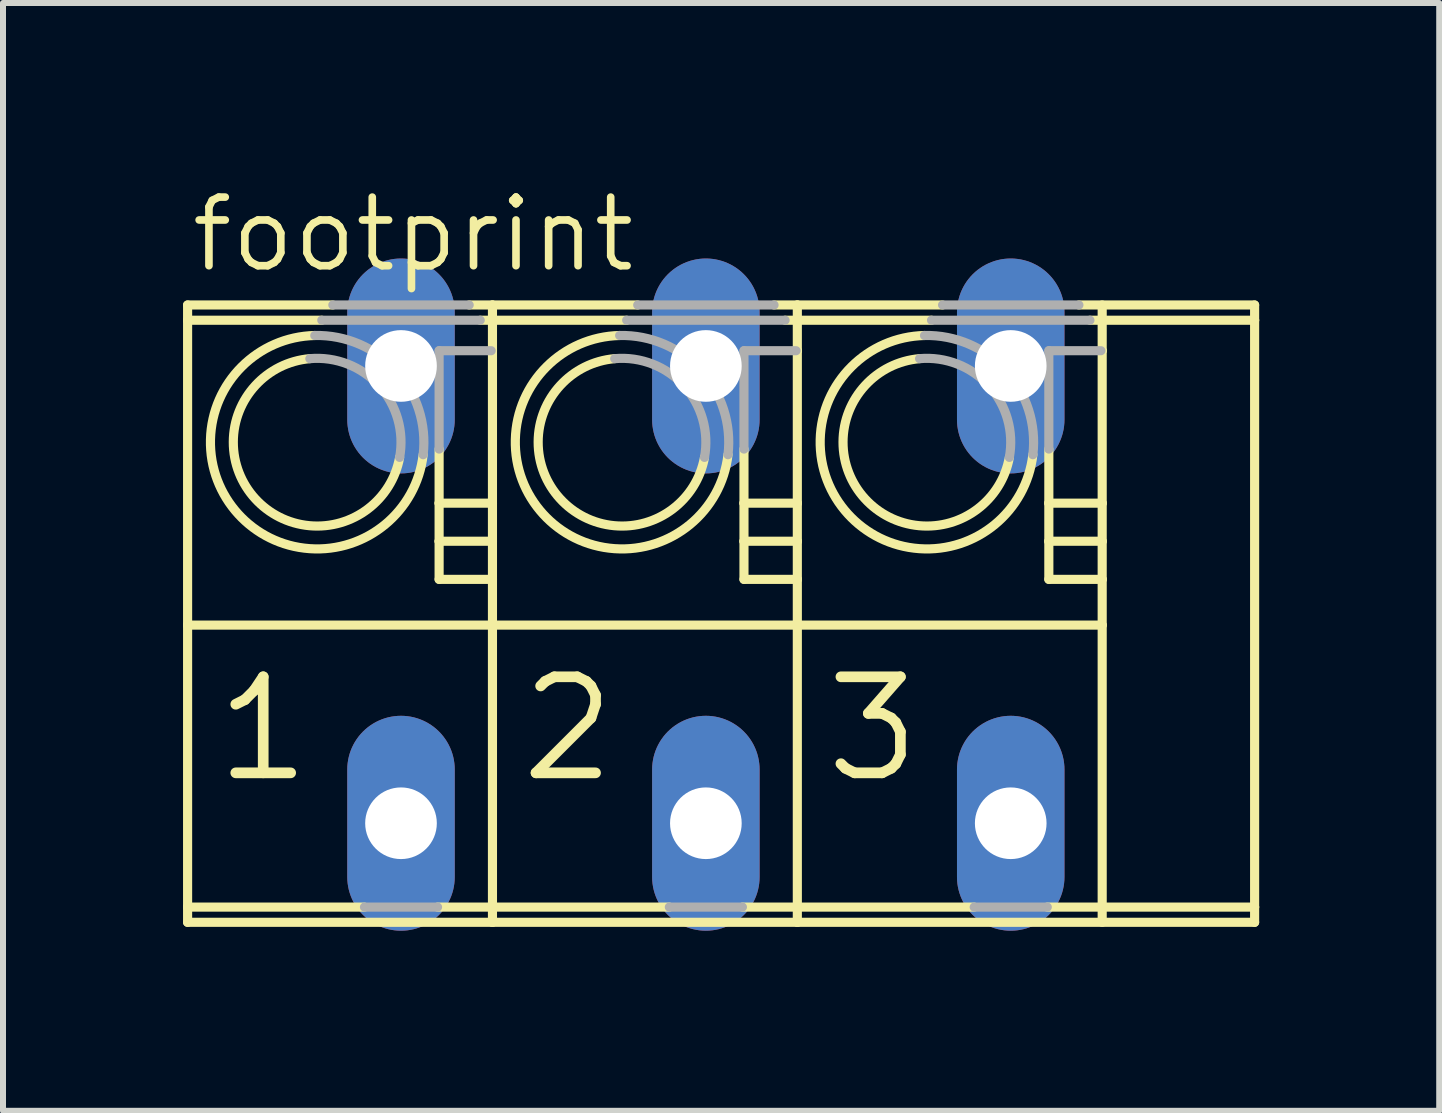
<source format=kicad_pcb>
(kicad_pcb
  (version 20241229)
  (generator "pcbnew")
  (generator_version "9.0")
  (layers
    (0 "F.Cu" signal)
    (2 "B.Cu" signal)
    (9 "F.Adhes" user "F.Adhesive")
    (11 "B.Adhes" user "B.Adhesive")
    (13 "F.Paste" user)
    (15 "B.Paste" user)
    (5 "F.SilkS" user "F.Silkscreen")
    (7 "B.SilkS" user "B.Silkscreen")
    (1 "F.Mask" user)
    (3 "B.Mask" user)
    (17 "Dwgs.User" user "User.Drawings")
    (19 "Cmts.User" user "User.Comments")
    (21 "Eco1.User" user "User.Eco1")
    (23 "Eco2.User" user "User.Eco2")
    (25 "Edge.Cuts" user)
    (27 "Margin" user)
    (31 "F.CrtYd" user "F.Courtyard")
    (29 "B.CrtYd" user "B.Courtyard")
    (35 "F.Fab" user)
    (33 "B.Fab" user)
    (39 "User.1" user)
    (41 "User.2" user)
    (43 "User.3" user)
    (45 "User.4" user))
  (footprint "footprint"
    (layer "F.Cu")
    (at 8.712 6.858)
    (property "Reference" "footprint" (at -8.636 -5.334 0) (layer "F.SilkS") (effects (font (size 1.143 1.143) (thickness 0.127)) (justify left bottom)))
    (fp_line (start -8.636 -4.572) (end -8.636 -4.826) (stroke (width 0.152) (type solid)) (layer "F.SilkS"))
    (fp_line (start -8.636 -4.572) (end -6.4 -4.572) (stroke (width 0.152) (type solid)) (layer "F.SilkS"))
    (fp_line (start -8.636 0.508) (end -8.636 -4.572) (stroke (width 0.152) (type solid)) (layer "F.SilkS"))
    (fp_line (start -8.636 0.508) (end -3.556 0.508) (stroke (width 0.152) (type solid)) (layer "F.SilkS"))
    (fp_line (start -8.636 5.207) (end -8.636 0.508) (stroke (width 0.152) (type solid)) (layer "F.SilkS"))
    (fp_line (start -8.636 5.207) (end -5.689 5.207) (stroke (width 0.152) (type solid)) (layer "F.SilkS"))
    (fp_line (start -8.636 5.461) (end -8.636 5.207) (stroke (width 0.152) (type solid)) (layer "F.SilkS"))
    (fp_line (start -6.216 -4.826) (end -8.636 -4.826) (stroke (width 0.152) (type solid)) (layer "F.SilkS"))
    (fp_line (start -4.471 5.207) (end -3.556 5.207) (stroke (width 0.152) (type solid)) (layer "F.SilkS"))
    (fp_line (start -4.445 -1.524) (end -4.445 -2.425) (stroke (width 0.152) (type solid)) (layer "F.SilkS"))
    (fp_line (start -4.445 -0.889) (end -4.445 -1.524) (stroke (width 0.152) (type solid)) (layer "F.SilkS"))
    (fp_line (start -4.445 -0.254) (end -4.445 -0.889) (stroke (width 0.152) (type solid)) (layer "F.SilkS"))
    (fp_line (start -3.76 -4.572) (end -3.556 -4.572) (stroke (width 0.152) (type solid)) (layer "F.SilkS"))
    (fp_line (start -3.577 -4.064) (end -3.556 -4.064) (stroke (width 0.152) (type solid)) (layer "F.SilkS"))
    (fp_line (start -3.556 -4.826) (end -3.944 -4.826) (stroke (width 0.152) (type solid)) (layer "F.SilkS"))
    (fp_line (start -3.556 -4.572) (end -3.556 -4.826) (stroke (width 0.152) (type solid)) (layer "F.SilkS"))
    (fp_line (start -3.556 -4.572) (end -1.32 -4.572) (stroke (width 0.152) (type solid)) (layer "F.SilkS"))
    (fp_line (start -3.556 -4.064) (end -3.556 -4.572) (stroke (width 0.152) (type solid)) (layer "F.SilkS"))
    (fp_line (start -3.556 -1.524) (end -4.445 -1.524) (stroke (width 0.152) (type solid)) (layer "F.SilkS"))
    (fp_line (start -3.556 -1.524) (end -3.556 -4.064) (stroke (width 0.152) (type solid)) (layer "F.SilkS"))
    (fp_line (start -3.556 -0.889) (end -4.445 -0.889) (stroke (width 0.152) (type solid)) (layer "F.SilkS"))
    (fp_line (start -3.556 -0.889) (end -3.556 -1.524) (stroke (width 0.152) (type solid)) (layer "F.SilkS"))
    (fp_line (start -3.556 -0.254) (end -4.445 -0.254) (stroke (width 0.152) (type solid)) (layer "F.SilkS"))
    (fp_line (start -3.556 -0.254) (end -3.556 -0.889) (stroke (width 0.152) (type solid)) (layer "F.SilkS"))
    (fp_line (start -3.556 0.508) (end -3.556 -0.254) (stroke (width 0.152) (type solid)) (layer "F.SilkS"))
    (fp_line (start -3.556 0.508) (end 1.524 0.508) (stroke (width 0.152) (type solid)) (layer "F.SilkS"))
    (fp_line (start -3.556 5.207) (end -3.556 0.508) (stroke (width 0.152) (type solid)) (layer "F.SilkS"))
    (fp_line (start -3.556 5.207) (end -0.609 5.207) (stroke (width 0.152) (type solid)) (layer "F.SilkS"))
    (fp_line (start -3.556 5.461) (end -8.636 5.461) (stroke (width 0.152) (type solid)) (layer "F.SilkS"))
    (fp_line (start -3.556 5.461) (end -3.556 5.207) (stroke (width 0.152) (type solid)) (layer "F.SilkS"))
    (fp_line (start -1.136 -4.826) (end -3.556 -4.826) (stroke (width 0.152) (type solid)) (layer "F.SilkS"))
    (fp_line (start 0.609 5.207) (end 1.524 5.207) (stroke (width 0.152) (type solid)) (layer "F.SilkS"))
    (fp_line (start 0.635 -1.524) (end 0.635 -2.425) (stroke (width 0.152) (type solid)) (layer "F.SilkS"))
    (fp_line (start 0.635 -0.889) (end 0.635 -1.524) (stroke (width 0.152) (type solid)) (layer "F.SilkS"))
    (fp_line (start 0.635 -0.254) (end 0.635 -0.889) (stroke (width 0.152) (type solid)) (layer "F.SilkS"))
    (fp_line (start 1.32 -4.572) (end 1.524 -4.572) (stroke (width 0.152) (type solid)) (layer "F.SilkS"))
    (fp_line (start 1.503 -4.064) (end 1.524 -4.064) (stroke (width 0.152) (type solid)) (layer "F.SilkS"))
    (fp_line (start 1.524 -4.826) (end 1.136 -4.826) (stroke (width 0.152) (type solid)) (layer "F.SilkS"))
    (fp_line (start 1.524 -4.572) (end 1.524 -4.826) (stroke (width 0.152) (type solid)) (layer "F.SilkS"))
    (fp_line (start 1.524 -4.572) (end 3.76 -4.572) (stroke (width 0.152) (type solid)) (layer "F.SilkS"))
    (fp_line (start 1.524 -4.064) (end 1.524 -4.572) (stroke (width 0.152) (type solid)) (layer "F.SilkS"))
    (fp_line (start 1.524 -1.524) (end 0.635 -1.524) (stroke (width 0.152) (type solid)) (layer "F.SilkS"))
    (fp_line (start 1.524 -1.524) (end 1.524 -4.064) (stroke (width 0.152) (type solid)) (layer "F.SilkS"))
    (fp_line (start 1.524 -0.889) (end 0.635 -0.889) (stroke (width 0.152) (type solid)) (layer "F.SilkS"))
    (fp_line (start 1.524 -0.889) (end 1.524 -1.524) (stroke (width 0.152) (type solid)) (layer "F.SilkS"))
    (fp_line (start 1.524 -0.254) (end 0.635 -0.254) (stroke (width 0.152) (type solid)) (layer "F.SilkS"))
    (fp_line (start 1.524 -0.254) (end 1.524 -0.889) (stroke (width 0.152) (type solid)) (layer "F.SilkS"))
    (fp_line (start 1.524 0.508) (end 1.524 -0.254) (stroke (width 0.152) (type solid)) (layer "F.SilkS"))
    (fp_line (start 1.524 0.508) (end 6.604 0.508) (stroke (width 0.152) (type solid)) (layer "F.SilkS"))
    (fp_line (start 1.524 5.207) (end 1.524 0.508) (stroke (width 0.152) (type solid)) (layer "F.SilkS"))
    (fp_line (start 1.524 5.207) (end 4.471 5.207) (stroke (width 0.152) (type solid)) (layer "F.SilkS"))
    (fp_line (start 1.524 5.461) (end -3.556 5.461) (stroke (width 0.152) (type solid)) (layer "F.SilkS"))
    (fp_line (start 1.524 5.461) (end 1.524 5.207) (stroke (width 0.152) (type solid)) (layer "F.SilkS"))
    (fp_line (start 3.944 -4.826) (end 1.524 -4.826) (stroke (width 0.152) (type solid)) (layer "F.SilkS"))
    (fp_line (start 5.715 -1.524) (end 5.715 -2.425) (stroke (width 0.152) (type solid)) (layer "F.SilkS"))
    (fp_line (start 5.715 -0.889) (end 5.715 -1.524) (stroke (width 0.152) (type solid)) (layer "F.SilkS"))
    (fp_line (start 5.715 -0.254) (end 5.715 -0.889) (stroke (width 0.152) (type solid)) (layer "F.SilkS"))
    (fp_line (start 6.583 -4.064) (end 6.604 -4.064) (stroke (width 0.152) (type solid)) (layer "F.SilkS"))
    (fp_line (start 6.604 -4.064) (end 6.604 -4.826) (stroke (width 0.152) (type solid)) (layer "F.SilkS"))
    (fp_line (start 6.604 -1.524) (end 5.715 -1.524) (stroke (width 0.152) (type solid)) (layer "F.SilkS"))
    (fp_line (start 6.604 -1.524) (end 6.604 -4.064) (stroke (width 0.152) (type solid)) (layer "F.SilkS"))
    (fp_line (start 6.604 -0.889) (end 5.715 -0.889) (stroke (width 0.152) (type solid)) (layer "F.SilkS"))
    (fp_line (start 6.604 -0.889) (end 6.604 -1.524) (stroke (width 0.152) (type solid)) (layer "F.SilkS"))
    (fp_line (start 6.604 -0.254) (end 5.715 -0.254) (stroke (width 0.152) (type solid)) (layer "F.SilkS"))
    (fp_line (start 6.604 -0.254) (end 6.604 -0.889) (stroke (width 0.152) (type solid)) (layer "F.SilkS"))
    (fp_line (start 6.604 0.508) (end 6.604 -0.254) (stroke (width 0.152) (type solid)) (layer "F.SilkS"))
    (fp_line (start 6.604 5.461) (end 6.604 0.508) (stroke (width 0.152) (type solid)) (layer "F.SilkS"))
    (fp_line (start 9.144 -4.826) (end 6.216 -4.826) (stroke (width 0.152) (type solid)) (layer "F.SilkS"))
    (fp_line (start 9.144 -4.572) (end 6.4 -4.572) (stroke (width 0.152) (type solid)) (layer "F.SilkS"))
    (fp_line (start 9.144 -4.572) (end 9.144 -4.826) (stroke (width 0.152) (type solid)) (layer "F.SilkS"))
    (fp_line (start 9.144 5.207) (end 5.689 5.207) (stroke (width 0.152) (type solid)) (layer "F.SilkS"))
    (fp_line (start 9.144 5.207) (end 9.144 -4.572) (stroke (width 0.152) (type solid)) (layer "F.SilkS"))
    (fp_line (start 9.144 5.461) (end 1.524 5.461) (stroke (width 0.152) (type solid)) (layer "F.SilkS"))
    (fp_line (start 9.144 5.461) (end 9.144 5.207) (stroke (width 0.152) (type solid)) (layer "F.SilkS"))
    (fp_arc (start -5.102798 -2.286201) (mid -7.510823 -1.599522) (end -6.5992 -3.9317) (stroke (width 0.1524) (type solid)) (layer "F.SilkS"))
    (fp_arc (start -4.7108 -2.3312) (mid -7.792817 -1.343062) (end -6.5169 -4.3175) (stroke (width 0.1524) (type solid)) (layer "F.SilkS"))
    (fp_arc (start -0.022798 -2.286201) (mid -2.430823 -1.599522) (end -1.5192 -3.9317) (stroke (width 0.1524) (type solid)) (layer "F.SilkS"))
    (fp_arc (start 0.3692 -2.3312) (mid -2.712817 -1.343062) (end -1.4369 -4.3175) (stroke (width 0.1524) (type solid)) (layer "F.SilkS"))
    (fp_arc (start 5.0572 -2.2862) (mid 2.649175 -1.599523) (end 3.5608 -3.9317) (stroke (width 0.1524) (type solid)) (layer "F.SilkS"))
    (fp_arc (start 5.449199 -2.331199) (mid 2.367181 -1.343062) (end 3.6431 -4.3175) (stroke (width 0.1524) (type solid)) (layer "F.SilkS"))
    (fp_line (start -6.4 -4.572) (end -3.76 -4.572) (stroke (width 0.152) (type solid)) (layer "F.Fab"))
    (fp_line (start -5.689 5.207) (end -4.471 5.207) (stroke (width 0.152) (type solid)) (layer "F.Fab"))
    (fp_line (start -4.445 -4.064) (end -3.577 -4.064) (stroke (width 0.152) (type solid)) (layer "F.Fab"))
    (fp_line (start -4.445 -2.425) (end -4.445 -4.064) (stroke (width 0.152) (type solid)) (layer "F.Fab"))
    (fp_line (start -3.944 -4.826) (end -6.216 -4.826) (stroke (width 0.152) (type solid)) (layer "F.Fab"))
    (fp_line (start -1.32 -4.572) (end 1.32 -4.572) (stroke (width 0.152) (type solid)) (layer "F.Fab"))
    (fp_line (start -0.609 5.207) (end 0.609 5.207) (stroke (width 0.152) (type solid)) (layer "F.Fab"))
    (fp_line (start 0.635 -4.064) (end 1.503 -4.064) (stroke (width 0.152) (type solid)) (layer "F.Fab"))
    (fp_line (start 0.635 -2.425) (end 0.635 -4.064) (stroke (width 0.152) (type solid)) (layer "F.Fab"))
    (fp_line (start 1.136 -4.826) (end -1.136 -4.826) (stroke (width 0.152) (type solid)) (layer "F.Fab"))
    (fp_line (start 3.76 -4.572) (end 6.4 -4.572) (stroke (width 0.152) (type solid)) (layer "F.Fab"))
    (fp_line (start 4.471 5.207) (end 5.689 5.207) (stroke (width 0.152) (type solid)) (layer "F.Fab"))
    (fp_line (start 5.715 -4.064) (end 6.583 -4.064) (stroke (width 0.152) (type solid)) (layer "F.Fab"))
    (fp_line (start 5.715 -2.425) (end 5.715 -4.064) (stroke (width 0.152) (type solid)) (layer "F.Fab"))
    (fp_line (start 6.216 -4.826) (end 3.944 -4.826) (stroke (width 0.152) (type solid)) (layer "F.Fab"))
    (fp_arc (start -6.5992 -3.9317) (mid -5.443305 -3.479838) (end -5.103098 -2.286301) (stroke (width 0.1524) (type solid)) (layer "F.Fab"))
    (fp_arc (start -6.5169 -4.3175) (mid -5.161248 -3.735937) (end -4.710999 -2.331201) (stroke (width 0.1524) (type solid)) (layer "F.Fab"))
    (fp_arc (start -1.5192 -3.9317) (mid -0.363305 -3.479838) (end -0.023098 -2.286301) (stroke (width 0.1524) (type solid)) (layer "F.Fab"))
    (fp_arc (start -1.4369 -4.3175) (mid -0.081248 -3.735937) (end 0.369001 -2.331201) (stroke (width 0.1524) (type solid)) (layer "F.Fab"))
    (fp_arc (start 3.5608 -3.9317) (mid 4.716694 -3.479837) (end 5.0569 -2.2863) (stroke (width 0.1524) (type solid)) (layer "F.Fab"))
    (fp_arc (start 3.6431 -4.3175) (mid 4.998752 -3.735936) (end 5.449 -2.3312) (stroke (width 0.1524) (type solid)) (layer "F.Fab"))
    (fp_text user "1" (at -8.255 3.175 0) (layer "F.SilkS") (effects (font (size 1.6 1.6) (thickness 0.178)) (justify left bottom)))
    (fp_text user "2" (at -3.175 3.175 0) (layer "F.SilkS") (effects (font (size 1.6 1.6) (thickness 0.178)) (justify left bottom)))
    (fp_text user "3" (at 1.905 3.175 0) (layer "F.SilkS") (effects (font (size 1.6 1.6) (thickness 0.178)) (justify left bottom)))
    (pad "1" thru_hole oval (at -5.08 3.81 90) (size 3.581 1.791) (drill 1.194) (layers "*.Cu" "*.Mask"))
    (pad "1A" thru_hole oval (at -5.08 -3.81 90) (size 3.581 1.791) (drill 1.194) (layers "*.Cu" "*.Mask"))
    (pad "2" thru_hole oval (at 0 3.81 90) (size 3.581 1.791) (drill 1.194) (layers "*.Cu" "*.Mask"))
    (pad "2A" thru_hole oval (at 0 -3.81 90) (size 3.581 1.791) (drill 1.194) (layers "*.Cu" "*.Mask"))
    (pad "3" thru_hole oval (at 5.08 3.81 90) (size 3.581 1.791) (drill 1.194) (layers "*.Cu" "*.Mask"))
    (pad "3A" thru_hole oval (at 5.08 -3.81 90) (size 3.581 1.791) (drill 1.194) (layers "*.Cu" "*.Mask")))
  (gr_rect
    (start -3 -3)
    (end 20.932 15.459)
    (stroke (width 0.1) (type default))
    (fill no)
    (layer "Edge.Cuts")))
</source>
